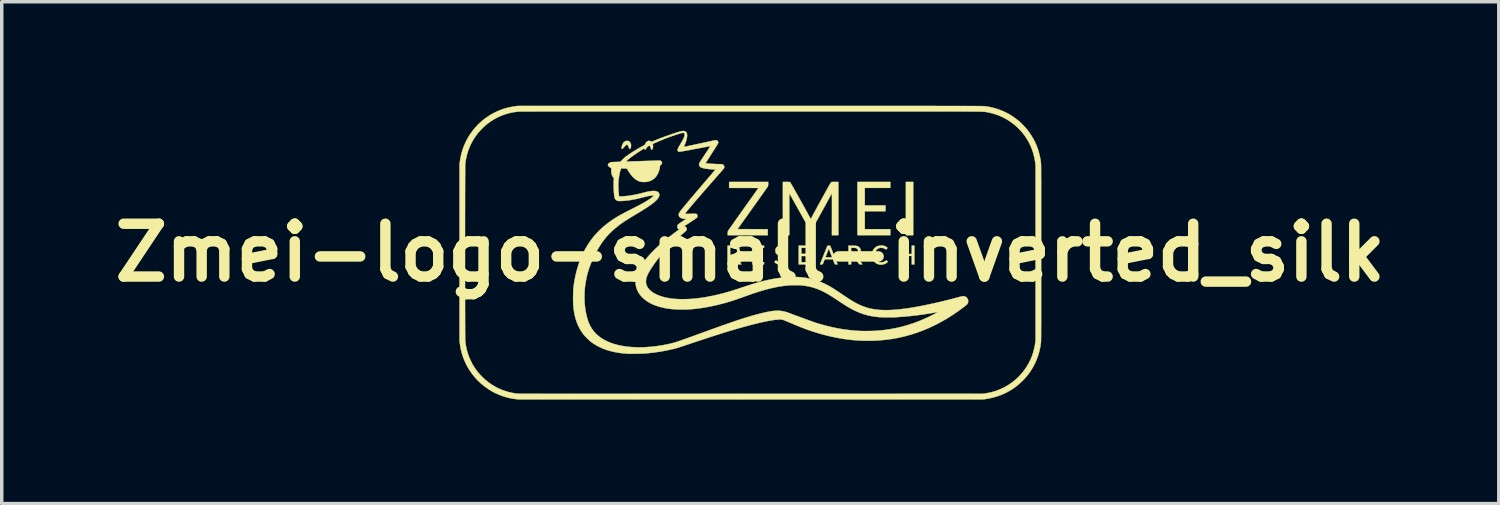
<source format=kicad_pcb>
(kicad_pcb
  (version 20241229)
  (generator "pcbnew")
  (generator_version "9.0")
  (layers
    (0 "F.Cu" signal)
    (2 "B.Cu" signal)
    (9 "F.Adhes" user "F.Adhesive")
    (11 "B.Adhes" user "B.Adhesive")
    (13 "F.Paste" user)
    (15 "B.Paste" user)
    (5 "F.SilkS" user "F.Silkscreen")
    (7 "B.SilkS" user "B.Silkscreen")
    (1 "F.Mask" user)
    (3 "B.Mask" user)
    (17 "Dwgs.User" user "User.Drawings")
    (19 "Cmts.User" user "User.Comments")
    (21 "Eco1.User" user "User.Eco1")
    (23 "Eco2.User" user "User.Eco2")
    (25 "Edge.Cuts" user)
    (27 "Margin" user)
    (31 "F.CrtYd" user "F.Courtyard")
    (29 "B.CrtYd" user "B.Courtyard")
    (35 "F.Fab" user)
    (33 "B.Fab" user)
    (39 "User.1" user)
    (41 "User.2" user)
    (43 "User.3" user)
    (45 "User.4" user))
  (footprint "Zmei-logo-small-inverted_silk"
    (layer "F.Cu")
    (at 18.586 4.236)
    (property "Reference" "Zmei-logo-small-inverted_silk" (at 0 0 0) (layer "F.SilkS") (effects (font (size 1.524 1.524) (thickness 0.3))))
    (attr through_hole)
    (fp_poly (pts (xy 4.699 -0.504) (xy 4.487 -0.504) (xy 4.487 -2.04) (xy 4.699 -2.04) (xy 4.699 -0.504)) (stroke (width 0.01) (type solid)) (fill yes) (layer "F.SilkS"))
    (fp_poly (pts (xy 0.398 -0.14) (xy 0.14 -0.14) (xy 0.14 0.034) (xy 0.347 0.034) (xy 0.347 0.097) (xy 0.14 0.097) (xy 0.14 0.275) (xy 0.398 0.275) (xy 0.398 0.339) (xy 0.064 0.339) (xy 0.064 -0.203) (xy 0.398 -0.203) (xy 0.398 -0.14)) (stroke (width 0.01) (type solid)) (fill yes) (layer "F.SilkS"))
    (fp_poly (pts (xy 1.731 -0.14) (xy 1.473 -0.14) (xy 1.473 0.034) (xy 1.685 0.034) (xy 1.685 0.097) (xy 1.473 0.097) (xy 1.473 0.275) (xy 1.731 0.275) (xy 1.731 0.339) (xy 1.397 0.339) (xy 1.397 -0.203) (xy 1.731 -0.203) (xy 1.731 -0.14)) (stroke (width 0.01) (type solid)) (fill yes) (layer "F.SilkS"))
    (fp_poly (pts (xy 4.039 -1.867) (xy 3.302 -1.867) (xy 3.302 -1.363) (xy 3.899 -1.363) (xy 3.899 -1.194) (xy 3.302 -1.194) (xy 3.302 -0.677) (xy 4.039 -0.677) (xy 4.039 -0.504) (xy 3.09 -0.504) (xy 3.09 -2.04) (xy 4.039 -2.04) (xy 4.039 -1.867)) (stroke (width 0.01) (type solid)) (fill yes) (layer "F.SilkS"))
    (fp_poly (pts (xy 4.369 0.038) (xy 4.657 0.038) (xy 4.657 -0.203) (xy 4.733 -0.203) (xy 4.733 0.339) (xy 4.657 0.339) (xy 4.657 0.093) (xy 4.369 0.093) (xy 4.369 0.339) (xy 4.293 0.339) (xy 4.293 -0.203) (xy 4.369 -0.203) (xy 4.369 0.038)) (stroke (width 0.01) (type solid)) (fill yes) (layer "F.SilkS"))
    (fp_poly (pts (xy -3.538 -3.223) (xy -3.515 -3.219) (xy -3.503 -3.214) (xy -3.48 -3.198) (xy -3.461 -3.175) (xy -3.447 -3.149) (xy -3.446 -3.148) (xy -3.441 -3.127) (xy -3.438 -3.103) (xy -3.438 -3.079) (xy -3.44 -3.055) (xy -3.444 -3.033) (xy -3.451 -3.015) (xy -3.459 -3.001) (xy -3.468 -2.994) (xy -3.473 -2.993) (xy -3.479 -2.993) (xy -3.484 -2.996) (xy -3.488 -3.001) (xy -3.493 -3.01) (xy -3.5 -3.026) (xy -3.507 -3.044) (xy -3.52 -3.073) (xy -3.531 -3.094) (xy -3.54 -3.107) (xy -3.549 -3.115) (xy -3.554 -3.116) (xy -3.563 -3.114) (xy -3.574 -3.108) (xy -3.587 -3.097) (xy -3.604 -3.081) (xy -3.625 -3.059) (xy -3.637 -3.045) (xy -3.657 -3.023) (xy -3.673 -3.007) (xy -3.685 -2.997) (xy -3.695 -2.993) (xy -3.702 -2.994) (xy -3.707 -2.999) (xy -3.708 -3.001) (xy -3.711 -3.013) (xy -3.711 -3.03) (xy -3.708 -3.052) (xy -3.703 -3.076) (xy -3.697 -3.095) (xy -3.682 -3.133) (xy -3.661 -3.167) (xy -3.635 -3.194) (xy -3.606 -3.214) (xy -3.586 -3.221) (xy -3.563 -3.224) (xy -3.538 -3.223)) (stroke (width 0.01) (type solid)) (fill yes) (layer "F.SilkS"))
    (fp_poly (pts (xy 0.516 -1.982) (xy 0.515 -1.958) (xy 0.514 -1.94) (xy 0.512 -1.927) (xy 0.51 -1.917) (xy 0.506 -1.909) (xy 0.505 -1.907) (xy 0.502 -1.902) (xy 0.494 -1.89) (xy 0.481 -1.872) (xy 0.464 -1.849) (xy 0.444 -1.819) (xy 0.42 -1.785) (xy 0.392 -1.746) (xy 0.362 -1.703) (xy 0.328 -1.655) (xy 0.292 -1.605) (xy 0.253 -1.55) (xy 0.213 -1.493) (xy 0.17 -1.433) (xy 0.126 -1.371) (xy 0.081 -1.308) (xy 0.064 -1.285) (xy -0.367 -0.679) (xy 0.068 -0.678) (xy 0.504 -0.677) (xy 0.504 -0.504) (xy -0.653 -0.504) (xy -0.651 -0.556) (xy -0.649 -0.585) (xy -0.647 -0.606) (xy -0.643 -0.622) (xy -0.642 -0.624) (xy -0.639 -0.63) (xy -0.631 -0.641) (xy -0.619 -0.659) (xy -0.602 -0.683) (xy -0.582 -0.712) (xy -0.558 -0.746) (xy -0.531 -0.785) (xy -0.5 -0.829) (xy -0.467 -0.876) (xy -0.431 -0.927) (xy -0.392 -0.982) (xy -0.352 -1.039) (xy -0.309 -1.099) (xy -0.265 -1.161) (xy -0.219 -1.225) (xy -0.199 -1.253) (xy 0.236 -1.865) (xy -0.187 -1.866) (xy -0.61 -1.867) (xy -0.61 -2.04) (xy 0.517 -2.04) (xy 0.516 -1.982)) (stroke (width 0.01) (type solid)) (fill yes) (layer "F.SilkS"))
    (fp_poly (pts (xy 3.808 -0.207) (xy 3.843 -0.201) (xy 3.868 -0.193) (xy 3.894 -0.182) (xy 3.919 -0.168) (xy 3.94 -0.154) (xy 3.943 -0.151) (xy 3.958 -0.138) (xy 3.942 -0.116) (xy 3.933 -0.105) (xy 3.924 -0.097) (xy 3.919 -0.094) (xy 3.912 -0.095) (xy 3.9 -0.1) (xy 3.886 -0.108) (xy 3.883 -0.109) (xy 3.851 -0.126) (xy 3.82 -0.136) (xy 3.786 -0.14) (xy 3.776 -0.14) (xy 3.736 -0.136) (xy 3.699 -0.125) (xy 3.668 -0.107) (xy 3.641 -0.082) (xy 3.619 -0.05) (xy 3.601 -0.012) (xy 3.6 -0.008) (xy 3.595 0.013) (xy 3.592 0.04) (xy 3.591 0.07) (xy 3.593 0.1) (xy 3.596 0.128) (xy 3.602 0.149) (xy 3.619 0.187) (xy 3.641 0.219) (xy 3.669 0.244) (xy 3.701 0.263) (xy 3.737 0.274) (xy 3.776 0.278) (xy 3.807 0.276) (xy 3.837 0.27) (xy 3.861 0.261) (xy 3.884 0.248) (xy 3.896 0.24) (xy 3.908 0.231) (xy 3.918 0.226) (xy 3.923 0.224) (xy 3.93 0.227) (xy 3.94 0.235) (xy 3.95 0.243) (xy 3.968 0.262) (xy 3.95 0.279) (xy 3.919 0.304) (xy 3.886 0.323) (xy 3.85 0.335) (xy 3.808 0.342) (xy 3.804 0.343) (xy 3.787 0.345) (xy 3.773 0.346) (xy 3.765 0.347) (xy 3.763 0.347) (xy 3.758 0.346) (xy 3.747 0.344) (xy 3.733 0.343) (xy 3.733 0.343) (xy 3.687 0.334) (xy 3.646 0.317) (xy 3.61 0.294) (xy 3.579 0.265) (xy 3.553 0.23) (xy 3.533 0.189) (xy 3.519 0.143) (xy 3.513 0.11) (xy 3.511 0.061) (xy 3.516 0.013) (xy 3.526 -0.033) (xy 3.543 -0.075) (xy 3.549 -0.085) (xy 3.564 -0.106) (xy 3.584 -0.129) (xy 3.607 -0.151) (xy 3.63 -0.169) (xy 3.644 -0.177) (xy 3.68 -0.192) (xy 3.722 -0.202) (xy 3.765 -0.207) (xy 3.808 -0.207)) (stroke (width 0.01) (type solid)) (fill yes) (layer "F.SilkS"))
    (fp_poly (pts (xy 2.941 -0.202) (xy 2.978 -0.201) (xy 3.008 -0.2) (xy 3.032 -0.199) (xy 3.052 -0.197) (xy 3.068 -0.194) (xy 3.082 -0.19) (xy 3.095 -0.185) (xy 3.109 -0.179) (xy 3.116 -0.175) (xy 3.138 -0.16) (xy 3.157 -0.14) (xy 3.172 -0.117) (xy 3.176 -0.106) (xy 3.182 -0.08) (xy 3.183 -0.051) (xy 3.181 -0.022) (xy 3.176 0.003) (xy 3.175 0.006) (xy 3.16 0.034) (xy 3.138 0.058) (xy 3.111 0.079) (xy 3.078 0.095) (xy 3.068 0.099) (xy 3.064 0.101) (xy 3.064 0.105) (xy 3.069 0.113) (xy 3.073 0.117) (xy 3.079 0.125) (xy 3.089 0.138) (xy 3.102 0.156) (xy 3.118 0.178) (xy 3.136 0.203) (xy 3.156 0.229) (xy 3.16 0.235) (xy 3.235 0.337) (xy 3.197 0.338) (xy 3.179 0.338) (xy 3.164 0.338) (xy 3.154 0.337) (xy 3.152 0.337) (xy 3.147 0.333) (xy 3.138 0.323) (xy 3.125 0.307) (xy 3.108 0.286) (xy 3.089 0.26) (xy 3.068 0.231) (xy 3.068 0.231) (xy 3.049 0.205) (xy 3.03 0.18) (xy 3.014 0.159) (xy 3.001 0.141) (xy 2.991 0.129) (xy 2.984 0.122) (xy 2.983 0.121) (xy 2.973 0.117) (xy 2.955 0.115) (xy 2.941 0.114) (xy 2.908 0.114) (xy 2.908 0.339) (xy 2.832 0.339) (xy 2.832 -0.14) (xy 2.908 -0.14) (xy 2.908 0.06) (xy 2.964 0.058) (xy 2.994 0.056) (xy 3.018 0.054) (xy 3.035 0.05) (xy 3.039 0.049) (xy 3.066 0.035) (xy 3.087 0.016) (xy 3.102 -0.007) (xy 3.109 -0.034) (xy 3.108 -0.063) (xy 3.107 -0.069) (xy 3.101 -0.086) (xy 3.092 -0.101) (xy 3.084 -0.109) (xy 3.071 -0.12) (xy 3.057 -0.128) (xy 3.039 -0.134) (xy 3.018 -0.138) (xy 2.99 -0.139) (xy 2.965 -0.14) (xy 2.908 -0.14) (xy 2.832 -0.14) (xy 2.832 -0.204) (xy 2.941 -0.202)) (stroke (width 0.01) (type solid)) (fill yes) (layer "F.SilkS"))
    (fp_poly (pts (xy 2.411 0.068) (xy 2.429 0.113) (xy 2.447 0.156) (xy 2.462 0.196) (xy 2.477 0.232) (xy 2.49 0.264) (xy 2.5 0.291) (xy 2.509 0.312) (xy 2.515 0.328) (xy 2.518 0.336) (xy 2.519 0.338) (xy 2.515 0.339) (xy 2.505 0.339) (xy 2.491 0.339) (xy 2.476 0.338) (xy 2.461 0.337) (xy 2.449 0.335) (xy 2.442 0.334) (xy 2.442 0.333) (xy 2.438 0.328) (xy 2.432 0.316) (xy 2.424 0.298) (xy 2.416 0.278) (xy 2.408 0.259) (xy 2.382 0.19) (xy 2.264 0.191) (xy 2.146 0.193) (xy 2.12 0.258) (xy 2.111 0.281) (xy 2.103 0.301) (xy 2.096 0.317) (xy 2.09 0.328) (xy 2.088 0.331) (xy 2.083 0.335) (xy 2.075 0.337) (xy 2.061 0.338) (xy 2.046 0.339) (xy 2.029 0.338) (xy 2.018 0.338) (xy 2.013 0.336) (xy 2.012 0.333) (xy 2.013 0.331) (xy 2.015 0.326) (xy 2.019 0.314) (xy 2.027 0.295) (xy 2.037 0.27) (xy 2.049 0.24) (xy 2.062 0.206) (xy 2.077 0.168) (xy 2.09 0.135) (xy 2.168 0.135) (xy 2.263 0.135) (xy 2.291 0.135) (xy 2.316 0.135) (xy 2.336 0.134) (xy 2.35 0.133) (xy 2.357 0.132) (xy 2.358 0.132) (xy 2.356 0.127) (xy 2.352 0.115) (xy 2.346 0.098) (xy 2.337 0.075) (xy 2.328 0.049) (xy 2.316 0.02) (xy 2.314 0.013) (xy 2.302 -0.017) (xy 2.292 -0.044) (xy 2.283 -0.068) (xy 2.276 -0.087) (xy 2.271 -0.1) (xy 2.269 -0.108) (xy 2.269 -0.108) (xy 2.267 -0.114) (xy 2.265 -0.114) (xy 2.261 -0.111) (xy 2.261 -0.11) (xy 2.259 -0.105) (xy 2.255 -0.094) (xy 2.249 -0.076) (xy 2.241 -0.054) (xy 2.231 -0.029) (xy 2.221 -0.002) (xy 2.21 0.027) (xy 2.199 0.056) (xy 2.188 0.084) (xy 2.178 0.11) (xy 2.176 0.113) (xy 2.168 0.135) (xy 2.09 0.135) (xy 2.094 0.126) (xy 2.112 0.083) (xy 2.12 0.061) (xy 2.225 -0.201) (xy 2.304 -0.201) (xy 2.411 0.068)) (stroke (width 0.01) (type solid)) (fill yes) (layer "F.SilkS"))
    (fp_poly (pts (xy -0.547 -0.202) (xy -0.509 -0.201) (xy -0.478 -0.2) (xy -0.454 -0.199) (xy -0.436 -0.197) (xy -0.422 -0.195) (xy -0.416 -0.194) (xy -0.381 -0.181) (xy -0.353 -0.164) (xy -0.331 -0.143) (xy -0.315 -0.117) (xy -0.314 -0.115) (xy -0.306 -0.091) (xy -0.303 -0.062) (xy -0.303 -0.033) (xy -0.308 -0.005) (xy -0.311 0.003) (xy -0.324 0.029) (xy -0.344 0.054) (xy -0.37 0.075) (xy -0.395 0.089) (xy -0.411 0.097) (xy -0.42 0.102) (xy -0.423 0.106) (xy -0.423 0.109) (xy -0.421 0.11) (xy -0.417 0.114) (xy -0.409 0.125) (xy -0.398 0.14) (xy -0.384 0.158) (xy -0.368 0.18) (xy -0.351 0.203) (xy -0.333 0.227) (xy -0.315 0.251) (xy -0.298 0.274) (xy -0.283 0.294) (xy -0.271 0.312) (xy -0.261 0.326) (xy -0.255 0.334) (xy -0.254 0.336) (xy -0.258 0.337) (xy -0.269 0.338) (xy -0.284 0.339) (xy -0.296 0.339) (xy -0.315 0.338) (xy -0.328 0.338) (xy -0.336 0.336) (xy -0.342 0.333) (xy -0.346 0.329) (xy -0.351 0.323) (xy -0.36 0.312) (xy -0.372 0.295) (xy -0.387 0.274) (xy -0.404 0.251) (xy -0.423 0.225) (xy -0.425 0.222) (xy -0.444 0.197) (xy -0.461 0.174) (xy -0.477 0.153) (xy -0.49 0.137) (xy -0.499 0.126) (xy -0.505 0.12) (xy -0.505 0.12) (xy -0.514 0.117) (xy -0.528 0.115) (xy -0.545 0.114) (xy -0.547 0.114) (xy -0.58 0.114) (xy -0.58 0.339) (xy -0.656 0.339) (xy -0.656 -0.14) (xy -0.58 -0.14) (xy -0.58 0.059) (xy -0.538 0.059) (xy -0.517 0.059) (xy -0.495 0.057) (xy -0.477 0.056) (xy -0.472 0.055) (xy -0.44 0.046) (xy -0.414 0.032) (xy -0.395 0.013) (xy -0.384 -0.011) (xy -0.379 -0.04) (xy -0.379 -0.044) (xy -0.381 -0.071) (xy -0.388 -0.093) (xy -0.401 -0.11) (xy -0.419 -0.123) (xy -0.443 -0.132) (xy -0.475 -0.137) (xy -0.514 -0.14) (xy -0.524 -0.14) (xy -0.58 -0.14) (xy -0.656 -0.14) (xy -0.656 -0.204) (xy -0.547 -0.202)) (stroke (width 0.01) (type solid)) (fill yes) (layer "F.SilkS"))
    (fp_poly (pts (xy 0.922 -0.206) (xy 0.94 -0.204) (xy 0.964 -0.197) (xy 0.988 -0.187) (xy 1.011 -0.175) (xy 1.028 -0.163) (xy 1.041 -0.152) (xy 1.031 -0.131) (xy 1.021 -0.115) (xy 1.012 -0.106) (xy 1.001 -0.104) (xy 0.986 -0.109) (xy 0.975 -0.116) (xy 0.941 -0.133) (xy 0.909 -0.142) (xy 0.879 -0.143) (xy 0.85 -0.137) (xy 0.829 -0.126) (xy 0.811 -0.11) (xy 0.8 -0.09) (xy 0.796 -0.067) (xy 0.796 -0.063) (xy 0.796 -0.048) (xy 0.799 -0.037) (xy 0.805 -0.028) (xy 0.809 -0.023) (xy 0.818 -0.014) (xy 0.828 -0.007) (xy 0.841 0.001) (xy 0.858 0.008) (xy 0.88 0.017) (xy 0.905 0.026) (xy 0.942 0.04) (xy 0.972 0.053) (xy 0.995 0.066) (xy 1.013 0.08) (xy 1.027 0.095) (xy 1.038 0.112) (xy 1.04 0.116) (xy 1.046 0.137) (xy 1.05 0.163) (xy 1.049 0.191) (xy 1.046 0.219) (xy 1.043 0.229) (xy 1.03 0.262) (xy 1.01 0.29) (xy 0.984 0.312) (xy 0.953 0.329) (xy 0.917 0.34) (xy 0.877 0.345) (xy 0.835 0.342) (xy 0.816 0.339) (xy 0.797 0.335) (xy 0.787 0.332) (xy 0.77 0.325) (xy 0.75 0.314) (xy 0.73 0.301) (xy 0.714 0.288) (xy 0.708 0.283) (xy 0.698 0.272) (xy 0.711 0.25) (xy 0.722 0.236) (xy 0.733 0.229) (xy 0.745 0.229) (xy 0.76 0.236) (xy 0.771 0.244) (xy 0.801 0.262) (xy 0.832 0.274) (xy 0.864 0.279) (xy 0.894 0.278) (xy 0.921 0.271) (xy 0.945 0.257) (xy 0.952 0.25) (xy 0.966 0.232) (xy 0.974 0.209) (xy 0.978 0.186) (xy 0.975 0.164) (xy 0.968 0.146) (xy 0.955 0.132) (xy 0.934 0.119) (xy 0.906 0.106) (xy 0.878 0.097) (xy 0.836 0.083) (xy 0.801 0.068) (xy 0.774 0.051) (xy 0.753 0.033) (xy 0.738 0.013) (xy 0.728 -0.011) (xy 0.724 -0.039) (xy 0.723 -0.059) (xy 0.724 -0.08) (xy 0.727 -0.096) (xy 0.732 -0.113) (xy 0.735 -0.118) (xy 0.751 -0.145) (xy 0.773 -0.169) (xy 0.8 -0.187) (xy 0.816 -0.195) (xy 0.838 -0.201) (xy 0.865 -0.205) (xy 0.894 -0.207) (xy 0.922 -0.206)) (stroke (width 0.01) (type solid)) (fill yes) (layer "F.SilkS"))
    (fp_poly (pts (xy 1.056 -2.04) (xy 1.081 -2.04) (xy 1.102 -2.039) (xy 1.119 -2.039) (xy 1.129 -2.038) (xy 1.13 -2.038) (xy 1.142 -2.033) (xy 1.154 -2.024) (xy 1.154 -2.024) (xy 1.158 -2.018) (xy 1.165 -2.006) (xy 1.176 -1.987) (xy 1.191 -1.963) (xy 1.208 -1.933) (xy 1.228 -1.898) (xy 1.25 -1.859) (xy 1.274 -1.817) (xy 1.3 -1.771) (xy 1.327 -1.722) (xy 1.356 -1.672) (xy 1.385 -1.62) (xy 1.415 -1.566) (xy 1.445 -1.513) (xy 1.475 -1.459) (xy 1.505 -1.406) (xy 1.534 -1.353) (xy 1.562 -1.303) (xy 1.589 -1.254) (xy 1.614 -1.208) (xy 1.637 -1.166) (xy 1.659 -1.127) (xy 1.678 -1.092) (xy 1.694 -1.062) (xy 1.707 -1.037) (xy 1.717 -1.018) (xy 1.724 -1.006) (xy 1.726 -1.001) (xy 1.733 -0.984) (xy 1.739 -0.971) (xy 1.743 -0.963) (xy 1.744 -0.961) (xy 1.747 -0.965) (xy 1.751 -0.975) (xy 1.758 -0.989) (xy 1.762 -1) (xy 1.766 -1.009) (xy 1.774 -1.024) (xy 1.785 -1.046) (xy 1.8 -1.074) (xy 1.818 -1.107) (xy 1.839 -1.145) (xy 1.862 -1.188) (xy 1.887 -1.235) (xy 1.915 -1.286) (xy 1.944 -1.34) (xy 1.975 -1.396) (xy 2.007 -1.454) (xy 2.04 -1.515) (xy 2.05 -1.532) (xy 2.089 -1.603) (xy 2.125 -1.667) (xy 2.156 -1.724) (xy 2.184 -1.775) (xy 2.209 -1.82) (xy 2.231 -1.859) (xy 2.25 -1.894) (xy 2.267 -1.923) (xy 2.281 -1.948) (xy 2.293 -1.969) (xy 2.303 -1.986) (xy 2.311 -2) (xy 2.318 -2.01) (xy 2.324 -2.019) (xy 2.328 -2.025) (xy 2.332 -2.029) (xy 2.334 -2.031) (xy 2.337 -2.033) (xy 2.337 -2.033) (xy 2.343 -2.036) (xy 2.35 -2.037) (xy 2.36 -2.039) (xy 2.374 -2.04) (xy 2.393 -2.04) (xy 2.418 -2.04) (xy 2.446 -2.04) (xy 2.54 -2.04) (xy 2.54 -0.504) (xy 2.354 -0.504) (xy 2.355 -1.109) (xy 2.355 -1.18) (xy 2.355 -1.248) (xy 2.355 -1.314) (xy 2.355 -1.376) (xy 2.355 -1.434) (xy 2.355 -1.488) (xy 2.355 -1.538) (xy 2.355 -1.582) (xy 2.354 -1.62) (xy 2.354 -1.653) (xy 2.354 -1.678) (xy 2.354 -1.697) (xy 2.354 -1.708) (xy 2.353 -1.711) (xy 2.351 -1.707) (xy 2.345 -1.696) (xy 2.335 -1.679) (xy 2.322 -1.655) (xy 2.306 -1.626) (xy 2.287 -1.591) (xy 2.265 -1.552) (xy 2.241 -1.508) (xy 2.215 -1.461) (xy 2.187 -1.41) (xy 2.158 -1.356) (xy 2.127 -1.3) (xy 2.095 -1.241) (xy 2.091 -1.234) (xy 2.058 -1.175) (xy 2.027 -1.118) (xy 1.997 -1.063) (xy 1.968 -1.011) (xy 1.941 -0.963) (xy 1.916 -0.918) (xy 1.894 -0.877) (xy 1.873 -0.841) (xy 1.856 -0.81) (xy 1.842 -0.785) (xy 1.83 -0.765) (xy 1.823 -0.752) (xy 1.819 -0.746) (xy 1.819 -0.746) (xy 1.808 -0.736) (xy 1.794 -0.729) (xy 1.776 -0.725) (xy 1.752 -0.724) (xy 1.735 -0.725) (xy 1.715 -0.725) (xy 1.702 -0.727) (xy 1.693 -0.729) (xy 1.686 -0.733) (xy 1.679 -0.739) (xy 1.675 -0.742) (xy 1.671 -0.748) (xy 1.665 -0.757) (xy 1.657 -0.77) (xy 1.647 -0.786) (xy 1.635 -0.807) (xy 1.62 -0.832) (xy 1.603 -0.862) (xy 1.583 -0.897) (xy 1.56 -0.937) (xy 1.534 -0.983) (xy 1.505 -1.036) (xy 1.472 -1.095) (xy 1.435 -1.16) (xy 1.399 -1.226) (xy 1.366 -1.284) (xy 1.334 -1.341) (xy 1.304 -1.396) (xy 1.275 -1.447) (xy 1.248 -1.495) (xy 1.223 -1.54) (xy 1.201 -1.58) (xy 1.181 -1.616) (xy 1.164 -1.646) (xy 1.15 -1.671) (xy 1.139 -1.69) (xy 1.132 -1.703) (xy 1.129 -1.709) (xy 1.129 -1.709) (xy 1.128 -1.709) (xy 1.128 -1.704) (xy 1.127 -1.695) (xy 1.127 -1.682) (xy 1.126 -1.664) (xy 1.126 -1.641) (xy 1.125 -1.612) (xy 1.125 -1.577) (xy 1.125 -1.536) (xy 1.125 -1.489) (xy 1.125 -1.435) (xy 1.125 -1.374) (xy 1.125 -1.305) (xy 1.125 -1.229) (xy 1.125 -1.144) (xy 1.125 -1.111) (xy 1.126 -0.504) (xy 0.94 -0.504) (xy 0.94 -2.04) (xy 1.028 -2.04) (xy 1.056 -2.04)) (stroke (width 0.01) (type solid)) (fill yes) (layer "F.SilkS"))
    (fp_poly (pts (xy 0.567 -4.231) (xy 0.839 -4.231) (xy 1.102 -4.231) (xy 1.357 -4.231) (xy 1.605 -4.231) (xy 1.844 -4.231) (xy 2.077 -4.231) (xy 2.301 -4.231) (xy 2.519 -4.231) (xy 2.729 -4.231) (xy 2.931 -4.231) (xy 3.127 -4.231) (xy 3.317 -4.231) (xy 3.499 -4.231) (xy 3.675 -4.231) (xy 3.844 -4.231) (xy 4.007 -4.231) (xy 4.163 -4.231) (xy 4.314 -4.231) (xy 4.459 -4.231) (xy 4.597 -4.231) (xy 4.73 -4.231) (xy 4.858 -4.231) (xy 4.979 -4.231) (xy 5.096 -4.231) (xy 5.207 -4.231) (xy 5.313 -4.231) (xy 5.414 -4.23) (xy 5.51 -4.23) (xy 5.602 -4.23) (xy 5.688 -4.23) (xy 5.771 -4.23) (xy 5.849 -4.23) (xy 5.922 -4.23) (xy 5.992 -4.23) (xy 6.057 -4.23) (xy 6.119 -4.23) (xy 6.177 -4.23) (xy 6.231 -4.229) (xy 6.281 -4.229) (xy 6.329 -4.229) (xy 6.373 -4.229) (xy 6.414 -4.229) (xy 6.451 -4.229) (xy 6.486 -4.229) (xy 6.518 -4.228) (xy 6.548 -4.228) (xy 6.575 -4.228) (xy 6.599 -4.228) (xy 6.622 -4.228) (xy 6.642 -4.227) (xy 6.66 -4.227) (xy 6.676 -4.227) (xy 6.69 -4.227) (xy 6.703 -4.226) (xy 6.714 -4.226) (xy 6.724 -4.226) (xy 6.733 -4.226) (xy 6.74 -4.225) (xy 6.746 -4.225) (xy 6.751 -4.225) (xy 6.756 -4.225) (xy 6.76 -4.224) (xy 6.763 -4.224) (xy 6.766 -4.224) (xy 6.767 -4.223) (xy 6.894 -4.203) (xy 7.017 -4.175) (xy 7.136 -4.14) (xy 7.251 -4.097) (xy 7.363 -4.047) (xy 7.471 -3.989) (xy 7.576 -3.923) (xy 7.678 -3.849) (xy 7.733 -3.805) (xy 7.769 -3.774) (xy 7.808 -3.738) (xy 7.848 -3.699) (xy 7.887 -3.659) (xy 7.923 -3.621) (xy 7.945 -3.597) (xy 8.024 -3.498) (xy 8.095 -3.396) (xy 8.159 -3.29) (xy 8.216 -3.181) (xy 8.265 -3.067) (xy 8.306 -2.95) (xy 8.339 -2.829) (xy 8.365 -2.705) (xy 8.381 -2.603) (xy 8.381 -2.599) (xy 8.382 -2.594) (xy 8.382 -2.589) (xy 8.383 -2.582) (xy 8.383 -2.575) (xy 8.383 -2.566) (xy 8.384 -2.556) (xy 8.384 -2.545) (xy 8.385 -2.531) (xy 8.385 -2.516) (xy 8.385 -2.498) (xy 8.386 -2.477) (xy 8.386 -2.455) (xy 8.386 -2.429) (xy 8.386 -2.4) (xy 8.387 -2.368) (xy 8.387 -2.332) (xy 8.387 -2.293) (xy 8.387 -2.25) (xy 8.387 -2.203) (xy 8.387 -2.151) (xy 8.388 -2.095) (xy 8.388 -2.034) (xy 8.388 -1.969) (xy 8.388 -1.898) (xy 8.388 -1.822) (xy 8.388 -1.74) (xy 8.388 -1.653) (xy 8.388 -1.56) (xy 8.388 -1.461) (xy 8.388 -1.355) (xy 8.388 -1.243) (xy 8.388 -1.124) (xy 8.388 -0.998) (xy 8.388 -0.865) (xy 8.388 -0.725) (xy 8.388 -0.577) (xy 8.388 -0.421) (xy 8.388 -0.258) (xy 8.388 -0.086) (xy 8.388 0) (xy 8.388 0.176) (xy 8.388 0.343) (xy 8.388 0.503) (xy 8.388 0.654) (xy 8.388 0.798) (xy 8.388 0.935) (xy 8.388 1.064) (xy 8.388 1.186) (xy 8.388 1.302) (xy 8.388 1.41) (xy 8.388 1.513) (xy 8.388 1.609) (xy 8.388 1.699) (xy 8.388 1.783) (xy 8.388 1.862) (xy 8.388 1.935) (xy 8.388 2.003) (xy 8.388 2.066) (xy 8.387 2.125) (xy 8.387 2.178) (xy 8.387 2.228) (xy 8.387 2.273) (xy 8.387 2.314) (xy 8.387 2.351) (xy 8.386 2.385) (xy 8.386 2.415) (xy 8.386 2.442) (xy 8.386 2.467) (xy 8.385 2.488) (xy 8.385 2.507) (xy 8.385 2.524) (xy 8.384 2.538) (xy 8.384 2.551) (xy 8.384 2.562) (xy 8.383 2.571) (xy 8.383 2.579) (xy 8.382 2.586) (xy 8.382 2.592) (xy 8.381 2.597) (xy 8.381 2.601) (xy 8.381 2.603) (xy 8.361 2.73) (xy 8.333 2.854) (xy 8.298 2.974) (xy 8.255 3.091) (xy 8.205 3.203) (xy 8.147 3.312) (xy 8.083 3.416) (xy 8.011 3.516) (xy 7.932 3.611) (xy 7.847 3.701) (xy 7.755 3.786) (xy 7.656 3.866) (xy 7.647 3.873) (xy 7.547 3.943) (xy 7.443 4.005) (xy 7.336 4.06) (xy 7.224 4.108) (xy 7.108 4.148) (xy 6.988 4.182) (xy 6.862 4.209) (xy 6.784 4.222) (xy 6.72 4.231) (xy 0.023 4.231) (xy -0.215 4.231) (xy -0.451 4.232) (xy -0.685 4.232) (xy -0.917 4.232) (xy -1.146 4.232) (xy -1.373 4.232) (xy -1.597 4.232) (xy -1.818 4.232) (xy -2.037 4.232) (xy -2.252 4.232) (xy -2.463 4.232) (xy -2.672 4.232) (xy -2.876 4.232) (xy -3.077 4.232) (xy -3.275 4.232) (xy -3.468 4.231) (xy -3.657 4.231) (xy -3.841 4.231) (xy -4.022 4.231) (xy -4.197 4.231) (xy -4.368 4.231) (xy -4.535 4.231) (xy -4.696 4.231) (xy -4.852 4.231) (xy -5.002 4.231) (xy -5.148 4.231) (xy -5.287 4.231) (xy -5.421 4.231) (xy -5.549 4.231) (xy -5.671 4.231) (xy -5.787 4.231) (xy -5.897 4.231) (xy -6 4.231) (xy -6.097 4.231) (xy -6.186 4.231) (xy -6.269 4.231) (xy -6.345 4.231) (xy -6.414 4.231) (xy -6.476 4.231) (xy -6.53 4.231) (xy -6.576 4.231) (xy -6.615 4.231) (xy -6.646 4.231) (xy -6.669 4.231) (xy -6.684 4.231) (xy -6.69 4.23) (xy -6.691 4.23) (xy -6.816 4.216) (xy -6.936 4.194) (xy -7.053 4.165) (xy -7.166 4.128) (xy -7.277 4.084) (xy -7.352 4.05) (xy -7.39 4.031) (xy -7.422 4.014) (xy -7.451 3.998) (xy -7.479 3.982) (xy -7.507 3.965) (xy -7.539 3.945) (xy -7.567 3.926) (xy -7.668 3.854) (xy -7.764 3.776) (xy -7.854 3.691) (xy -7.938 3.6) (xy -8.016 3.504) (xy -8.079 3.414) (xy -8.102 3.379) (xy -8.122 3.348) (xy -8.139 3.32) (xy -8.155 3.292) (xy -8.17 3.263) (xy -8.187 3.23) (xy -8.203 3.199) (xy -8.247 3.102) (xy -8.285 3.005) (xy -8.317 2.905) (xy -8.343 2.802) (xy -8.364 2.694) (xy -8.374 2.625) (xy -8.384 2.555) (xy -8.384 -0.021) (xy -8.226 -0.021) (xy -8.226 0.107) (xy -8.226 0.236) (xy -8.226 0.363) (xy -8.226 0.49) (xy -8.226 0.616) (xy -8.226 0.741) (xy -8.226 0.863) (xy -8.226 0.984) (xy -8.226 1.102) (xy -8.225 1.218) (xy -8.225 1.331) (xy -8.225 1.441) (xy -8.225 1.548) (xy -8.225 1.651) (xy -8.224 1.749) (xy -8.224 1.844) (xy -8.224 1.933) (xy -8.224 2.018) (xy -8.223 2.098) (xy -8.223 2.172) (xy -8.223 2.241) (xy -8.222 2.303) (xy -8.222 2.36) (xy -8.221 2.409) (xy -8.221 2.452) (xy -8.221 2.487) (xy -8.22 2.515) (xy -8.22 2.535) (xy -8.219 2.547) (xy -8.219 2.549) (xy -8.203 2.668) (xy -8.18 2.785) (xy -8.148 2.899) (xy -8.109 3.01) (xy -8.061 3.119) (xy -8.006 3.224) (xy -7.942 3.326) (xy -7.936 3.335) (xy -7.891 3.399) (xy -7.842 3.46) (xy -7.789 3.52) (xy -7.732 3.579) (xy -7.646 3.661) (xy -7.556 3.734) (xy -7.463 3.8) (xy -7.365 3.86) (xy -7.262 3.913) (xy -7.19 3.945) (xy -7.088 3.983) (xy -6.982 4.016) (xy -6.873 4.041) (xy -6.763 4.06) (xy -6.708 4.066) (xy -6.704 4.066) (xy -6.698 4.066) (xy -6.689 4.067) (xy -6.678 4.067) (xy -6.664 4.067) (xy -6.646 4.067) (xy -6.626 4.068) (xy -6.603 4.068) (xy -6.576 4.068) (xy -6.547 4.068) (xy -6.513 4.068) (xy -6.476 4.068) (xy -6.436 4.069) (xy -6.391 4.069) (xy -6.343 4.069) (xy -6.29 4.069) (xy -6.234 4.069) (xy -6.173 4.069) (xy -6.108 4.069) (xy -6.038 4.07) (xy -5.964 4.07) (xy -5.885 4.07) (xy -5.801 4.07) (xy -5.713 4.07) (xy -5.619 4.07) (xy -5.52 4.07) (xy -5.416 4.07) (xy -5.306 4.07) (xy -5.191 4.07) (xy -5.071 4.071) (xy -4.945 4.071) (xy -4.813 4.071) (xy -4.675 4.071) (xy -4.531 4.071) (xy -4.38 4.071) (xy -4.224 4.071) (xy -4.061 4.071) (xy -3.892 4.071) (xy -3.716 4.071) (xy -3.533 4.071) (xy -3.344 4.071) (xy -3.148 4.071) (xy -2.944 4.071) (xy -2.734 4.071) (xy -2.516 4.071) (xy -2.291 4.071) (xy -2.058 4.071) (xy -1.818 4.071) (xy -1.57 4.071) (xy -1.314 4.071) (xy -1.05 4.071) (xy -0.779 4.071) (xy -0.499 4.071) (xy -0.211 4.071) (xy 0.023 4.071) (xy 6.699 4.07) (xy 6.763 4.061) (xy 6.845 4.047) (xy 6.921 4.032) (xy 6.993 4.014) (xy 7.063 3.993) (xy 7.134 3.968) (xy 7.167 3.955) (xy 7.275 3.908) (xy 7.38 3.853) (xy 7.48 3.791) (xy 7.575 3.723) (xy 7.665 3.648) (xy 7.75 3.567) (xy 7.829 3.481) (xy 7.902 3.388) (xy 7.969 3.291) (xy 8.029 3.188) (xy 8.041 3.165) (xy 8.088 3.068) (xy 8.128 2.97) (xy 8.161 2.869) (xy 8.188 2.764) (xy 8.21 2.655) (xy 8.218 2.599) (xy 8.227 2.529) (xy 8.227 -2.529) (xy 8.218 -2.599) (xy 8.197 -2.721) (xy 8.169 -2.838) (xy 8.134 -2.952) (xy 8.091 -3.061) (xy 8.041 -3.167) (xy 7.983 -3.269) (xy 7.918 -3.367) (xy 7.844 -3.462) (xy 7.835 -3.473) (xy 7.757 -3.56) (xy 7.674 -3.641) (xy 7.584 -3.715) (xy 7.49 -3.784) (xy 7.392 -3.846) (xy 7.289 -3.901) (xy 7.183 -3.949) (xy 7.074 -3.989) (xy 6.963 -4.022) (xy 6.85 -4.047) (xy 6.824 -4.051) (xy 6.819 -4.052) (xy 6.814 -4.053) (xy 6.81 -4.054) (xy 6.806 -4.055) (xy 6.802 -4.056) (xy 6.798 -4.056) (xy 6.795 -4.057) (xy 6.791 -4.058) (xy 6.787 -4.059) (xy 6.782 -4.059) (xy 6.777 -4.06) (xy 6.772 -4.061) (xy 6.765 -4.061) (xy 6.758 -4.062) (xy 6.749 -4.062) (xy 6.74 -4.063) (xy 6.729 -4.063) (xy 6.717 -4.064) (xy 6.703 -4.064) (xy 6.687 -4.065) (xy 6.67 -4.065) (xy 6.651 -4.066) (xy 6.63 -4.066) (xy 6.607 -4.067) (xy 6.581 -4.067) (xy 6.553 -4.067) (xy 6.523 -4.068) (xy 6.489 -4.068) (xy 6.454 -4.068) (xy 6.415 -4.069) (xy 6.373 -4.069) (xy 6.328 -4.069) (xy 6.28 -4.07) (xy 6.228 -4.07) (xy 6.173 -4.07) (xy 6.114 -4.07) (xy 6.052 -4.07) (xy 5.985 -4.071) (xy 5.915 -4.071) (xy 5.84 -4.071) (xy 5.762 -4.071) (xy 5.678 -4.071) (xy 5.591 -4.071) (xy 5.498 -4.072) (xy 5.401 -4.072) (xy 5.299 -4.072) (xy 5.192 -4.072) (xy 5.08 -4.072) (xy 4.963 -4.072) (xy 4.84 -4.072) (xy 4.712 -4.072) (xy 4.578 -4.072) (xy 4.438 -4.072) (xy 4.293 -4.072) (xy 4.141 -4.072) (xy 3.984 -4.072) (xy 3.82 -4.072) (xy 3.649 -4.072) (xy 3.473 -4.072) (xy 3.289 -4.072) (xy 3.099 -4.072) (xy 2.902 -4.072) (xy 2.698 -4.072) (xy 2.487 -4.072) (xy 2.269 -4.072) (xy 2.043 -4.072) (xy 1.81 -4.072) (xy 1.569 -4.072) (xy 1.32 -4.072) (xy 1.064 -4.072) (xy 0.8 -4.072) (xy 0.527 -4.072) (xy 0.246 -4.072) (xy 0.002 -4.072) (xy -0.287 -4.072) (xy -0.568 -4.072) (xy -0.84 -4.072) (xy -1.105 -4.072) (xy -1.361 -4.072) (xy -1.61 -4.072) (xy -1.851 -4.072) (xy -2.084 -4.072) (xy -2.31 -4.072) (xy -2.529 -4.072) (xy -2.74 -4.072) (xy -2.944 -4.072) (xy -3.141 -4.072) (xy -3.331 -4.072) (xy -3.514 -4.072) (xy -3.691 -4.072) (xy -3.861 -4.072) (xy -4.024 -4.072) (xy -4.182 -4.072) (xy -4.333 -4.072) (xy -4.478 -4.072) (xy -4.618 -4.072) (xy -4.751 -4.072) (xy -4.879 -4.072) (xy -5.001 -4.072) (xy -5.118 -4.072) (xy -5.229 -4.072) (xy -5.335 -4.072) (xy -5.436 -4.071) (xy -5.532 -4.071) (xy -5.623 -4.071) (xy -5.71 -4.071) (xy -5.792 -4.071) (xy -5.869 -4.071) (xy -5.942 -4.071) (xy -6.011 -4.071) (xy -6.076 -4.071) (xy -6.137 -4.071) (xy -6.193 -4.07) (xy -6.247 -4.07) (xy -6.296 -4.07) (xy -6.342 -4.07) (xy -6.384 -4.07) (xy -6.423 -4.07) (xy -6.46 -4.069) (xy -6.493 -4.069) (xy -6.523 -4.069) (xy -6.55 -4.069) (xy -6.574 -4.069) (xy -6.597 -4.069) (xy -6.616 -4.068) (xy -6.633 -4.068) (xy -6.649 -4.068) (xy -6.662 -4.068) (xy -6.673 -4.067) (xy -6.682 -4.067) (xy -6.689 -4.067) (xy -6.695 -4.067) (xy -6.7 -4.066) (xy -6.702 -4.066) (xy -6.815 -4.052) (xy -6.926 -4.03) (xy -6.961 -4.021) (xy -7.075 -3.988) (xy -7.185 -3.947) (xy -7.292 -3.898) (xy -7.396 -3.842) (xy -7.497 -3.777) (xy -7.594 -3.705) (xy -7.6 -3.701) (xy -7.63 -3.675) (xy -7.664 -3.645) (xy -7.7 -3.611) (xy -7.737 -3.574) (xy -7.773 -3.538) (xy -7.806 -3.502) (xy -7.836 -3.469) (xy -7.854 -3.447) (xy -7.927 -3.349) (xy -7.992 -3.248) (xy -8.049 -3.143) (xy -8.098 -3.036) (xy -8.14 -2.926) (xy -8.173 -2.812) (xy -8.199 -2.696) (xy -8.216 -2.578) (xy -8.219 -2.549) (xy -8.22 -2.54) (xy -8.22 -2.522) (xy -8.22 -2.497) (xy -8.221 -2.464) (xy -8.221 -2.424) (xy -8.222 -2.377) (xy -8.222 -2.323) (xy -8.222 -2.262) (xy -8.223 -2.196) (xy -8.223 -2.123) (xy -8.223 -2.045) (xy -8.224 -1.962) (xy -8.224 -1.874) (xy -8.224 -1.781) (xy -8.225 -1.684) (xy -8.225 -1.582) (xy -8.225 -1.477) (xy -8.225 -1.368) (xy -8.225 -1.256) (xy -8.226 -1.141) (xy -8.226 -1.023) (xy -8.226 -0.903) (xy -8.226 -0.781) (xy -8.226 -0.657) (xy -8.226 -0.532) (xy -8.226 -0.405) (xy -8.226 -0.278) (xy -8.226 -0.15) (xy -8.226 -0.021) (xy -8.384 -0.021) (xy -8.384 -2.555) (xy -8.374 -2.625) (xy -8.356 -2.737) (xy -8.333 -2.843) (xy -8.305 -2.944) (xy -8.271 -3.043) (xy -8.23 -3.14) (xy -8.203 -3.199) (xy -8.184 -3.237) (xy -8.167 -3.269) (xy -8.151 -3.298) (xy -8.135 -3.326) (xy -8.118 -3.354) (xy -8.098 -3.386) (xy -8.079 -3.414) (xy -8.007 -3.515) (xy -7.928 -3.611) (xy -7.844 -3.701) (xy -7.753 -3.785) (xy -7.657 -3.863) (xy -7.567 -3.926) (xy -7.532 -3.949) (xy -7.501 -3.969) (xy -7.473 -3.986) (xy -7.445 -4.002) (xy -7.416 -4.017) (xy -7.382 -4.034) (xy -7.352 -4.05) (xy -7.255 -4.094) (xy -7.158 -4.132) (xy -7.058 -4.164) (xy -6.955 -4.19) (xy -6.847 -4.211) (xy -6.778 -4.222) (xy -6.708 -4.231) (xy 0.288 -4.231) (xy 0.567 -4.231)) (stroke (width 0.01) (type solid)) (fill yes) (layer "F.SilkS"))
    (fp_poly (pts (xy -1.904 -3.507) (xy -1.887 -3.503) (xy -1.866 -3.492) (xy -1.847 -3.474) (xy -1.833 -3.452) (xy -1.827 -3.437) (xy -1.822 -3.407) (xy -1.821 -3.372) (xy -1.825 -3.331) (xy -1.833 -3.285) (xy -1.845 -3.236) (xy -1.862 -3.185) (xy -1.882 -3.131) (xy -1.896 -3.099) (xy -1.904 -3.081) (xy -1.911 -3.065) (xy -1.915 -3.054) (xy -1.916 -3.049) (xy -1.916 -3.049) (xy -1.912 -3.05) (xy -1.9 -3.052) (xy -1.881 -3.056) (xy -1.855 -3.062) (xy -1.823 -3.068) (xy -1.786 -3.076) (xy -1.743 -3.085) (xy -1.697 -3.095) (xy -1.646 -3.106) (xy -1.592 -3.118) (xy -1.535 -3.13) (xy -1.492 -3.139) (xy -1.432 -3.152) (xy -1.375 -3.164) (xy -1.32 -3.176) (xy -1.267 -3.188) (xy -1.219 -3.198) (xy -1.174 -3.208) (xy -1.134 -3.216) (xy -1.1 -3.224) (xy -1.072 -3.23) (xy -1.05 -3.235) (xy -1.036 -3.238) (xy -1.031 -3.239) (xy -1.004 -3.243) (xy -0.983 -3.244) (xy -0.967 -3.24) (xy -0.952 -3.231) (xy -0.942 -3.221) (xy -0.929 -3.201) (xy -0.923 -3.179) (xy -0.926 -3.158) (xy -0.929 -3.152) (xy -0.936 -3.14) (xy -0.947 -3.122) (xy -0.961 -3.098) (xy -0.979 -3.069) (xy -0.999 -3.036) (xy -1.022 -3) (xy -1.047 -2.961) (xy -1.074 -2.919) (xy -1.102 -2.875) (xy -1.108 -2.865) (xy -1.136 -2.821) (xy -1.163 -2.779) (xy -1.188 -2.739) (xy -1.211 -2.703) (xy -1.232 -2.671) (xy -1.25 -2.643) (xy -1.265 -2.619) (xy -1.276 -2.601) (xy -1.283 -2.589) (xy -1.287 -2.583) (xy -1.287 -2.583) (xy -1.283 -2.58) (xy -1.271 -2.578) (xy -1.253 -2.575) (xy -1.229 -2.572) (xy -1.2 -2.57) (xy -1.166 -2.567) (xy -1.13 -2.564) (xy -1.092 -2.562) (xy -1.052 -2.559) (xy -1.011 -2.557) (xy -0.971 -2.555) (xy -0.932 -2.554) (xy -0.895 -2.553) (xy -0.862 -2.553) (xy -0.855 -2.553) (xy -0.826 -2.552) (xy -0.803 -2.548) (xy -0.786 -2.541) (xy -0.772 -2.53) (xy -0.763 -2.518) (xy -0.754 -2.498) (xy -0.75 -2.475) (xy -0.751 -2.453) (xy -0.756 -2.437) (xy -0.76 -2.431) (xy -0.77 -2.42) (xy -0.784 -2.403) (xy -0.802 -2.382) (xy -0.823 -2.357) (xy -0.848 -2.328) (xy -0.875 -2.297) (xy -0.904 -2.264) (xy -0.932 -2.232) (xy -1.009 -2.144) (xy -1.085 -2.058) (xy -1.159 -1.974) (xy -1.229 -1.893) (xy -1.298 -1.815) (xy -1.363 -1.74) (xy -1.425 -1.668) (xy -1.484 -1.6) (xy -1.54 -1.535) (xy -1.592 -1.475) (xy -1.641 -1.418) (xy -1.685 -1.366) (xy -1.725 -1.318) (xy -1.762 -1.275) (xy -1.793 -1.236) (xy -1.821 -1.203) (xy -1.843 -1.175) (xy -1.86 -1.153) (xy -1.873 -1.136) (xy -1.88 -1.126) (xy -1.881 -1.121) (xy -1.878 -1.12) (xy -1.869 -1.119) (xy -1.855 -1.118) (xy -1.835 -1.118) (xy -1.807 -1.119) (xy -1.772 -1.119) (xy -1.759 -1.12) (xy -1.714 -1.121) (xy -1.676 -1.122) (xy -1.645 -1.123) (xy -1.621 -1.123) (xy -1.601 -1.123) (xy -1.587 -1.123) (xy -1.576 -1.123) (xy -1.568 -1.122) (xy -1.562 -1.12) (xy -1.558 -1.119) (xy -1.554 -1.117) (xy -1.55 -1.114) (xy -1.539 -1.104) (xy -1.53 -1.092) (xy -1.529 -1.091) (xy -1.524 -1.073) (xy -1.523 -1.051) (xy -1.526 -1.031) (xy -1.531 -1.02) (xy -1.533 -1.017) (xy -1.535 -1.013) (xy -1.539 -1.01) (xy -1.543 -1.005) (xy -1.55 -1) (xy -1.56 -0.993) (xy -1.572 -0.984) (xy -1.589 -0.973) (xy -1.609 -0.959) (xy -1.634 -0.942) (xy -1.664 -0.923) (xy -1.699 -0.899) (xy -1.741 -0.872) (xy -1.775 -0.849) (xy -1.91 -0.761) (xy -1.891 -0.756) (xy -1.867 -0.746) (xy -1.849 -0.731) (xy -1.838 -0.712) (xy -1.833 -0.686) (xy -1.833 -0.681) (xy -1.835 -0.66) (xy -1.843 -0.643) (xy -1.843 -0.643) (xy -1.848 -0.636) (xy -1.859 -0.625) (xy -1.875 -0.61) (xy -1.895 -0.592) (xy -1.918 -0.572) (xy -1.943 -0.55) (xy -1.96 -0.535) (xy -2.009 -0.493) (xy -2.053 -0.455) (xy -2.093 -0.42) (xy -2.13 -0.387) (xy -2.165 -0.355) (xy -2.2 -0.322) (xy -2.236 -0.287) (xy -2.274 -0.25) (xy -2.283 -0.241) (xy -2.407 -0.115) (xy -2.523 0.012) (xy -2.631 0.14) (xy -2.73 0.269) (xy -2.82 0.398) (xy -2.896 0.516) (xy -2.925 0.568) (xy -2.95 0.614) (xy -2.97 0.657) (xy -2.985 0.698) (xy -2.996 0.737) (xy -3.004 0.773) (xy -3.009 0.825) (xy -3.005 0.876) (xy -2.994 0.925) (xy -2.975 0.972) (xy -2.949 1.017) (xy -2.915 1.059) (xy -2.873 1.1) (xy -2.825 1.137) (xy -2.769 1.173) (xy -2.707 1.205) (xy -2.638 1.234) (xy -2.562 1.261) (xy -2.48 1.284) (xy -2.392 1.303) (xy -2.381 1.305) (xy -2.328 1.315) (xy -2.276 1.323) (xy -2.223 1.329) (xy -2.168 1.334) (xy -2.108 1.337) (xy -2.043 1.34) (xy -2.002 1.341) (xy -1.861 1.34) (xy -1.716 1.334) (xy -1.566 1.321) (xy -1.413 1.302) (xy -1.255 1.277) (xy -1.092 1.245) (xy -0.924 1.207) (xy -0.751 1.163) (xy -0.597 1.12) (xy -0.575 1.113) (xy -0.547 1.104) (xy -0.512 1.093) (xy -0.473 1.081) (xy -0.43 1.067) (xy -0.384 1.052) (xy -0.336 1.036) (xy -0.288 1.02) (xy -0.25 1.008) (xy -0.166 0.98) (xy -0.089 0.954) (xy -0.018 0.932) (xy 0.047 0.911) (xy 0.107 0.892) (xy 0.164 0.876) (xy 0.217 0.86) (xy 0.268 0.846) (xy 0.318 0.833) (xy 0.367 0.821) (xy 0.4 0.813) (xy 0.551 0.779) (xy 0.695 0.751) (xy 0.835 0.73) (xy 0.969 0.714) (xy 1.099 0.704) (xy 1.224 0.7) (xy 1.346 0.702) (xy 1.463 0.709) (xy 1.578 0.723) (xy 1.689 0.742) (xy 1.769 0.76) (xy 1.86 0.785) (xy 1.948 0.813) (xy 2.035 0.847) (xy 2.124 0.886) (xy 2.184 0.915) (xy 2.208 0.927) (xy 2.23 0.938) (xy 2.252 0.949) (xy 2.273 0.961) (xy 2.294 0.973) (xy 2.316 0.986) (xy 2.34 1) (xy 2.365 1.015) (xy 2.392 1.032) (xy 2.423 1.052) (xy 2.456 1.074) (xy 2.494 1.098) (xy 2.536 1.126) (xy 2.583 1.158) (xy 2.635 1.193) (xy 2.693 1.232) (xy 2.758 1.275) (xy 2.76 1.277) (xy 2.847 1.335) (xy 2.931 1.386) (xy 3.01 1.432) (xy 3.086 1.473) (xy 3.159 1.508) (xy 3.231 1.539) (xy 3.302 1.565) (xy 3.373 1.588) (xy 3.431 1.604) (xy 3.513 1.622) (xy 3.597 1.636) (xy 3.685 1.647) (xy 3.777 1.654) (xy 3.874 1.657) (xy 3.976 1.657) (xy 4.084 1.652) (xy 4.198 1.644) (xy 4.319 1.633) (xy 4.35 1.629) (xy 4.449 1.617) (xy 4.556 1.602) (xy 4.669 1.584) (xy 4.789 1.563) (xy 4.914 1.54) (xy 5.043 1.514) (xy 5.177 1.486) (xy 5.314 1.456) (xy 5.455 1.424) (xy 5.597 1.39) (xy 5.741 1.354) (xy 5.886 1.316) (xy 6.021 1.28) (xy 6.053 1.271) (xy 6.079 1.265) (xy 6.099 1.26) (xy 6.115 1.257) (xy 6.127 1.255) (xy 6.137 1.254) (xy 6.147 1.254) (xy 6.152 1.254) (xy 6.185 1.26) (xy 6.215 1.274) (xy 6.242 1.296) (xy 6.248 1.302) (xy 6.267 1.328) (xy 6.279 1.357) (xy 6.284 1.389) (xy 6.284 1.397) (xy 6.283 1.419) (xy 6.28 1.438) (xy 6.274 1.456) (xy 6.265 1.473) (xy 6.251 1.49) (xy 6.232 1.508) (xy 6.207 1.529) (xy 6.178 1.553) (xy 6.011 1.676) (xy 5.843 1.792) (xy 5.674 1.899) (xy 5.502 1.997) (xy 5.33 2.088) (xy 5.155 2.17) (xy 4.978 2.244) (xy 4.8 2.31) (xy 4.62 2.367) (xy 4.438 2.417) (xy 4.254 2.458) (xy 4.068 2.491) (xy 3.943 2.508) (xy 3.766 2.526) (xy 3.585 2.537) (xy 3.402 2.541) (xy 3.218 2.538) (xy 3.033 2.527) (xy 3.004 2.525) (xy 2.841 2.508) (xy 2.674 2.485) (xy 2.504 2.455) (xy 2.332 2.42) (xy 2.159 2.378) (xy 1.987 2.331) (xy 1.815 2.278) (xy 1.746 2.255) (xy 1.685 2.234) (xy 1.625 2.212) (xy 1.565 2.191) (xy 1.505 2.167) (xy 1.441 2.143) (xy 1.375 2.116) (xy 1.304 2.087) (xy 1.227 2.055) (xy 1.154 2.024) (xy 1.107 2.004) (xy 1.067 1.987) (xy 1.034 1.973) (xy 1.006 1.961) (xy 0.983 1.952) (xy 0.963 1.944) (xy 0.947 1.939) (xy 0.934 1.935) (xy 0.922 1.932) (xy 0.912 1.93) (xy 0.901 1.929) (xy 0.89 1.928) (xy 0.878 1.927) (xy 0.838 1.927) (xy 0.79 1.93) (xy 0.734 1.935) (xy 0.672 1.943) (xy 0.602 1.954) (xy 0.527 1.967) (xy 0.445 1.984) (xy 0.357 2.002) (xy 0.264 2.023) (xy 0.165 2.047) (xy 0.062 2.073) (xy -0.046 2.101) (xy -0.119 2.121) (xy -0.2 2.143) (xy -0.28 2.166) (xy -0.36 2.188) (xy -0.439 2.211) (xy -0.519 2.235) (xy -0.601 2.259) (xy -0.684 2.284) (xy -0.769 2.31) (xy -0.857 2.338) (xy -0.949 2.367) (xy -1.045 2.398) (xy -1.145 2.43) (xy -1.251 2.465) (xy -1.363 2.502) (xy -1.481 2.541) (xy -1.606 2.582) (xy -1.698 2.613) (xy -1.767 2.636) (xy -1.829 2.657) (xy -1.885 2.676) (xy -1.934 2.692) (xy -1.977 2.706) (xy -2.015 2.719) (xy -2.049 2.729) (xy -2.079 2.739) (xy -2.106 2.747) (xy -2.13 2.754) (xy -2.152 2.76) (xy -2.172 2.766) (xy -2.192 2.771) (xy -2.211 2.776) (xy -2.212 2.776) (xy -2.396 2.817) (xy -2.584 2.852) (xy -2.778 2.88) (xy -2.977 2.902) (xy -3.035 2.907) (xy -3.055 2.908) (xy -3.082 2.909) (xy -3.115 2.91) (xy -3.153 2.911) (xy -3.194 2.912) (xy -3.237 2.913) (xy -3.282 2.914) (xy -3.327 2.915) (xy -3.37 2.915) (xy -3.411 2.915) (xy -3.449 2.916) (xy -3.483 2.915) (xy -3.51 2.915) (xy -3.531 2.914) (xy -3.537 2.914) (xy -3.67 2.903) (xy -3.797 2.887) (xy -3.918 2.865) (xy -4.033 2.838) (xy -4.142 2.806) (xy -4.245 2.768) (xy -4.344 2.724) (xy -4.437 2.675) (xy -4.526 2.62) (xy -4.602 2.565) (xy -4.623 2.548) (xy -4.648 2.525) (xy -4.676 2.499) (xy -4.705 2.471) (xy -4.734 2.441) (xy -4.762 2.412) (xy -4.786 2.385) (xy -4.806 2.361) (xy -4.815 2.35) (xy -4.872 2.269) (xy -4.923 2.184) (xy -4.968 2.094) (xy -5.006 2.001) (xy -5.038 1.903) (xy -5.064 1.799) (xy -5.084 1.69) (xy -5.099 1.576) (xy -5.106 1.484) (xy -5.107 1.454) (xy -5.108 1.418) (xy -5.109 1.377) (xy -5.109 1.332) (xy -5.109 1.285) (xy -5.108 1.273) (xy -4.781 1.273) (xy -4.781 1.32) (xy -4.78 1.366) (xy -4.779 1.407) (xy -4.777 1.443) (xy -4.776 1.467) (xy -4.763 1.584) (xy -4.747 1.693) (xy -4.726 1.795) (xy -4.702 1.889) (xy -4.675 1.976) (xy -4.643 2.055) (xy -4.608 2.127) (xy -4.603 2.135) (xy -4.556 2.21) (xy -4.502 2.281) (xy -4.441 2.346) (xy -4.373 2.406) (xy -4.299 2.461) (xy -4.218 2.511) (xy -4.13 2.556) (xy -4.036 2.596) (xy -3.935 2.631) (xy -3.828 2.66) (xy -3.826 2.661) (xy -3.768 2.674) (xy -3.712 2.685) (xy -3.655 2.695) (xy -3.597 2.704) (xy -3.536 2.711) (xy -3.47 2.718) (xy -3.399 2.723) (xy -3.334 2.728) (xy -3.313 2.729) (xy -3.285 2.729) (xy -3.252 2.73) (xy -3.216 2.73) (xy -3.177 2.73) (xy -3.139 2.729) (xy -3.102 2.729) (xy -3.068 2.728) (xy -3.039 2.727) (xy -3.029 2.726) (xy -2.859 2.714) (xy -2.689 2.694) (xy -2.521 2.668) (xy -2.357 2.635) (xy -2.273 2.616) (xy -2.254 2.611) (xy -2.234 2.606) (xy -2.215 2.6) (xy -2.195 2.595) (xy -2.174 2.589) (xy -2.152 2.582) (xy -2.128 2.574) (xy -2.102 2.566) (xy -2.073 2.556) (xy -2.041 2.545) (xy -2.005 2.533) (xy -1.966 2.519) (xy -1.922 2.504) (xy -1.873 2.487) (xy -1.819 2.467) (xy -1.76 2.446) (xy -1.694 2.422) (xy -1.622 2.396) (xy -1.543 2.367) (xy -1.456 2.335) (xy -1.431 2.326) (xy -1.297 2.278) (xy -1.171 2.232) (xy -1.052 2.189) (xy -0.94 2.149) (xy -0.834 2.111) (xy -0.734 2.076) (xy -0.639 2.043) (xy -0.55 2.012) (xy -0.466 1.983) (xy -0.386 1.956) (xy -0.31 1.931) (xy -0.238 1.908) (xy -0.169 1.886) (xy -0.102 1.865) (xy -0.039 1.846) (xy 0.023 1.828) (xy 0.083 1.811) (xy 0.141 1.794) (xy 0.199 1.779) (xy 0.256 1.764) (xy 0.313 1.75) (xy 0.32 1.748) (xy 0.403 1.728) (xy 0.48 1.711) (xy 0.55 1.698) (xy 0.615 1.687) (xy 0.675 1.68) (xy 0.731 1.676) (xy 0.783 1.675) (xy 0.832 1.676) (xy 0.88 1.68) (xy 0.895 1.682) (xy 0.934 1.688) (xy 0.968 1.695) (xy 1.001 1.702) (xy 1.034 1.711) (xy 1.068 1.722) (xy 1.105 1.735) (xy 1.148 1.752) (xy 1.163 1.757) (xy 1.194 1.769) (xy 1.229 1.783) (xy 1.266 1.797) (xy 1.3 1.809) (xy 1.316 1.814) (xy 1.336 1.822) (xy 1.364 1.832) (xy 1.396 1.843) (xy 1.433 1.857) (xy 1.473 1.871) (xy 1.514 1.886) (xy 1.555 1.902) (xy 1.576 1.91) (xy 1.661 1.941) (xy 1.74 1.969) (xy 1.811 1.995) (xy 1.877 2.017) (xy 1.938 2.037) (xy 1.994 2.054) (xy 2.032 2.065) (xy 2.204 2.112) (xy 2.373 2.152) (xy 2.539 2.186) (xy 2.704 2.213) (xy 2.869 2.234) (xy 3.035 2.25) (xy 3.141 2.257) (xy 3.174 2.258) (xy 3.215 2.259) (xy 3.26 2.26) (xy 3.31 2.26) (xy 3.362 2.26) (xy 3.415 2.259) (xy 3.468 2.259) (xy 3.519 2.257) (xy 3.567 2.256) (xy 3.61 2.254) (xy 3.648 2.252) (xy 3.677 2.25) (xy 3.859 2.231) (xy 4.038 2.205) (xy 4.212 2.172) (xy 4.384 2.132) (xy 4.553 2.084) (xy 4.721 2.029) (xy 4.887 1.966) (xy 5.054 1.894) (xy 5.135 1.857) (xy 5.156 1.847) (xy 5.181 1.835) (xy 5.208 1.821) (xy 5.237 1.806) (xy 5.266 1.791) (xy 5.295 1.776) (xy 5.323 1.762) (xy 5.349 1.748) (xy 5.372 1.736) (xy 5.39 1.726) (xy 5.404 1.718) (xy 5.412 1.713) (xy 5.413 1.712) (xy 5.409 1.712) (xy 5.398 1.714) (xy 5.382 1.717) (xy 5.368 1.719) (xy 5.175 1.753) (xy 4.982 1.782) (xy 4.791 1.808) (xy 4.603 1.829) (xy 4.419 1.846) (xy 4.239 1.859) (xy 4.153 1.863) (xy 4.108 1.865) (xy 4.058 1.866) (xy 4.005 1.866) (xy 3.95 1.866) (xy 3.895 1.865) (xy 3.842 1.864) (xy 3.791 1.862) (xy 3.745 1.86) (xy 3.705 1.858) (xy 3.691 1.856) (xy 3.581 1.844) (xy 3.475 1.826) (xy 3.371 1.803) (xy 3.27 1.774) (xy 3.17 1.739) (xy 3.071 1.698) (xy 2.97 1.65) (xy 2.867 1.594) (xy 2.804 1.557) (xy 2.782 1.544) (xy 2.756 1.527) (xy 2.724 1.507) (xy 2.69 1.485) (xy 2.653 1.461) (xy 2.616 1.437) (xy 2.579 1.413) (xy 2.565 1.404) (xy 2.53 1.38) (xy 2.494 1.357) (xy 2.459 1.334) (xy 2.426 1.312) (xy 2.396 1.293) (xy 2.371 1.276) (xy 2.351 1.263) (xy 2.344 1.259) (xy 2.25 1.201) (xy 2.159 1.15) (xy 2.071 1.106) (xy 1.984 1.067) (xy 1.899 1.034) (xy 1.813 1.006) (xy 1.725 0.983) (xy 1.635 0.965) (xy 1.542 0.95) (xy 1.502 0.945) (xy 1.471 0.943) (xy 1.433 0.94) (xy 1.389 0.939) (xy 1.342 0.938) (xy 1.293 0.938) (xy 1.244 0.938) (xy 1.196 0.939) (xy 1.151 0.941) (xy 1.11 0.943) (xy 1.079 0.945) (xy 0.982 0.956) (xy 0.884 0.97) (xy 0.785 0.987) (xy 0.684 1.008) (xy 0.58 1.031) (xy 0.473 1.058) (xy 0.362 1.089) (xy 0.247 1.124) (xy 0.126 1.163) (xy -0.00012 1.206) (xy -0.133 1.253) (xy -0.161 1.264) (xy -0.275 1.305) (xy -0.382 1.342) (xy -0.485 1.376) (xy -0.584 1.408) (xy -0.681 1.437) (xy -0.777 1.464) (xy -0.797 1.469) (xy -0.966 1.511) (xy -1.132 1.548) (xy -1.293 1.579) (xy -1.451 1.603) (xy -1.605 1.622) (xy -1.754 1.634) (xy -1.898 1.641) (xy -2.038 1.641) (xy -2.172 1.635) (xy -2.301 1.623) (xy -2.425 1.605) (xy -2.472 1.596) (xy -2.577 1.572) (xy -2.674 1.544) (xy -2.764 1.512) (xy -2.847 1.476) (xy -2.924 1.435) (xy -2.995 1.389) (xy -3.061 1.339) (xy -3.114 1.289) (xy -3.166 1.232) (xy -3.21 1.173) (xy -3.245 1.111) (xy -3.273 1.046) (xy -3.293 0.979) (xy -3.306 0.909) (xy -3.309 0.861) (xy -3.308 0.788) (xy -3.299 0.715) (xy -3.281 0.641) (xy -3.255 0.566) (xy -3.22 0.492) (xy -3.179 0.419) (xy -3.12 0.33) (xy -3.054 0.24) (xy -2.982 0.151) (xy -2.903 0.06) (xy -2.817 -0.031) (xy -2.724 -0.123) (xy -2.623 -0.216) (xy -2.514 -0.31) (xy -2.398 -0.407) (xy -2.358 -0.438) (xy -2.334 -0.457) (xy -2.306 -0.479) (xy -2.275 -0.502) (xy -2.243 -0.527) (xy -2.209 -0.552) (xy -2.177 -0.576) (xy -2.147 -0.599) (xy -2.119 -0.619) (xy -2.096 -0.636) (xy -2.079 -0.648) (xy -2.04 -0.675) (xy -2.06 -0.68) (xy -2.076 -0.686) (xy -2.088 -0.694) (xy -2.09 -0.696) (xy -2.099 -0.712) (xy -2.104 -0.732) (xy -2.106 -0.755) (xy -2.104 -0.77) (xy -2.101 -0.781) (xy -2.097 -0.79) (xy -2.092 -0.8) (xy -2.085 -0.809) (xy -2.074 -0.82) (xy -2.06 -0.831) (xy -2.041 -0.845) (xy -2.017 -0.862) (xy -1.987 -0.882) (xy -1.962 -0.898) (xy -1.848 -0.974) (xy -1.873 -0.974) (xy -1.913 -0.976) (xy -1.951 -0.983) (xy -1.984 -0.993) (xy -2.013 -1.007) (xy -2.035 -1.024) (xy -2.046 -1.037) (xy -2.059 -1.061) (xy -2.064 -1.087) (xy -2.062 -1.114) (xy -2.051 -1.144) (xy -2.032 -1.175) (xy -2.029 -1.18) (xy -2.015 -1.199) (xy -1.995 -1.225) (xy -1.969 -1.257) (xy -1.939 -1.295) (xy -1.902 -1.339) (xy -1.86 -1.389) (xy -1.813 -1.446) (xy -1.76 -1.509) (xy -1.702 -1.578) (xy -1.638 -1.653) (xy -1.569 -1.735) (xy -1.495 -1.822) (xy -1.415 -1.915) (xy -1.33 -2.015) (xy -1.24 -2.12) (xy -1.145 -2.232) (xy -1.144 -2.232) (xy -1.117 -2.264) (xy -1.092 -2.294) (xy -1.069 -2.321) (xy -1.049 -2.345) (xy -1.032 -2.365) (xy -1.019 -2.38) (xy -1.01 -2.391) (xy -1.007 -2.396) (xy -1.007 -2.396) (xy -1.016 -2.397) (xy -1.033 -2.398) (xy -1.054 -2.399) (xy -1.08 -2.401) (xy -1.107 -2.403) (xy -1.134 -2.405) (xy -1.16 -2.408) (xy -1.183 -2.41) (xy -1.196 -2.411) (xy -1.255 -2.418) (xy -1.305 -2.425) (xy -1.348 -2.434) (xy -1.384 -2.444) (xy -1.414 -2.455) (xy -1.437 -2.468) (xy -1.454 -2.483) (xy -1.467 -2.499) (xy -1.468 -2.503) (xy -1.476 -2.526) (xy -1.477 -2.552) (xy -1.472 -2.576) (xy -1.469 -2.584) (xy -1.465 -2.591) (xy -1.457 -2.604) (xy -1.446 -2.622) (xy -1.43 -2.646) (xy -1.412 -2.674) (xy -1.391 -2.706) (xy -1.368 -2.741) (xy -1.342 -2.779) (xy -1.316 -2.819) (xy -1.305 -2.836) (xy -1.278 -2.876) (xy -1.253 -2.914) (xy -1.229 -2.949) (xy -1.208 -2.981) (xy -1.19 -3.009) (xy -1.174 -3.033) (xy -1.162 -3.052) (xy -1.154 -3.065) (xy -1.149 -3.071) (xy -1.149 -3.072) (xy -1.153 -3.072) (xy -1.165 -3.07) (xy -1.184 -3.066) (xy -1.21 -3.061) (xy -1.242 -3.056) (xy -1.28 -3.049) (xy -1.323 -3.041) (xy -1.37 -3.032) (xy -1.421 -3.022) (xy -1.476 -3.012) (xy -1.533 -3.001) (xy -1.589 -2.991) (xy -1.649 -2.98) (xy -1.707 -2.969) (xy -1.762 -2.958) (xy -1.814 -2.949) (xy -1.862 -2.94) (xy -1.906 -2.932) (xy -1.946 -2.925) (xy -1.979 -2.919) (xy -2.006 -2.914) (xy -2.027 -2.911) (xy -2.041 -2.909) (xy -2.046 -2.908) (xy -2.066 -2.912) (xy -2.081 -2.922) (xy -2.093 -2.938) (xy -2.098 -2.956) (xy -2.096 -2.977) (xy -2.095 -2.979) (xy -2.087 -3) (xy -2.075 -3.027) (xy -2.057 -3.06) (xy -2.034 -3.099) (xy -2.012 -3.136) (xy -1.981 -3.189) (xy -1.954 -3.237) (xy -1.933 -3.279) (xy -1.916 -3.315) (xy -1.904 -3.347) (xy -1.896 -3.375) (xy -1.893 -3.399) (xy -1.892 -3.407) (xy -1.895 -3.427) (xy -1.902 -3.441) (xy -1.915 -3.45) (xy -1.932 -3.453) (xy -1.942 -3.454) (xy -1.953 -3.454) (xy -1.965 -3.452) (xy -1.98 -3.449) (xy -1.998 -3.445) (xy -2.021 -3.438) (xy -2.049 -3.43) (xy -2.082 -3.419) (xy -2.123 -3.406) (xy -2.148 -3.398) (xy -2.269 -3.357) (xy -2.382 -3.316) (xy -2.49 -3.274) (xy -2.595 -3.231) (xy -2.698 -3.187) (xy -2.73 -3.173) (xy -2.812 -3.136) (xy -2.809 -3.122) (xy -2.804 -3.082) (xy -2.805 -3.043) (xy -2.813 -3.008) (xy -2.82 -2.99) (xy -2.829 -2.975) (xy -2.839 -2.969) (xy -2.849 -2.971) (xy -2.857 -2.98) (xy -2.865 -2.998) (xy -2.866 -3.002) (xy -2.87 -3.017) (xy -2.876 -3.034) (xy -2.883 -3.051) (xy -2.889 -3.068) (xy -2.895 -3.08) (xy -2.899 -3.087) (xy -2.9 -3.088) (xy -2.905 -3.087) (xy -2.915 -3.083) (xy -2.929 -3.077) (xy -2.935 -3.074) (xy -2.949 -3.066) (xy -2.959 -3.058) (xy -2.968 -3.05) (xy -2.977 -3.039) (xy -2.988 -3.023) (xy -2.994 -3.014) (xy -3.009 -2.993) (xy -3.021 -2.979) (xy -3.03 -2.971) (xy -3.038 -2.969) (xy -3.045 -2.972) (xy -3.049 -2.976) (xy -3.055 -2.987) (xy -3.056 -2.996) (xy -3.057 -3.003) (xy -3.058 -3.006) (xy -3.064 -3.003) (xy -3.076 -2.997) (xy -3.094 -2.986) (xy -3.116 -2.973) (xy -3.142 -2.956) (xy -3.17 -2.937) (xy -3.202 -2.917) (xy -3.234 -2.895) (xy -3.267 -2.873) (xy -3.3 -2.851) (xy -3.332 -2.829) (xy -3.362 -2.808) (xy -3.39 -2.788) (xy -3.415 -2.77) (xy -3.427 -2.761) (xy -3.447 -2.746) (xy -3.468 -2.73) (xy -3.489 -2.712) (xy -3.511 -2.694) (xy -3.532 -2.677) (xy -3.55 -2.661) (xy -3.566 -2.647) (xy -3.577 -2.636) (xy -3.584 -2.629) (xy -3.585 -2.627) (xy -3.581 -2.627) (xy -3.568 -2.627) (xy -3.549 -2.628) (xy -3.522 -2.628) (xy -3.489 -2.629) (xy -3.45 -2.631) (xy -3.406 -2.632) (xy -3.358 -2.634) (xy -3.305 -2.635) (xy -3.248 -2.637) (xy -3.188 -2.639) (xy -3.125 -2.641) (xy -3.092 -2.642) (xy -2.601 -2.658) (xy -2.582 -2.647) (xy -2.563 -2.631) (xy -2.55 -2.613) (xy -2.544 -2.594) (xy -2.544 -2.591) (xy -2.548 -2.574) (xy -2.557 -2.556) (xy -2.571 -2.538) (xy -2.586 -2.525) (xy -2.595 -2.518) (xy -2.6 -2.511) (xy -2.603 -2.502) (xy -2.605 -2.487) (xy -2.605 -2.485) (xy -2.615 -2.424) (xy -2.631 -2.362) (xy -2.654 -2.302) (xy -2.669 -2.269) (xy -2.701 -2.216) (xy -2.737 -2.17) (xy -2.779 -2.131) (xy -2.825 -2.098) (xy -2.876 -2.072) (xy -2.932 -2.053) (xy -2.992 -2.041) (xy -3.056 -2.037) (xy -3.097 -2.038) (xy -3.14 -2.041) (xy -3.178 -2.049) (xy -3.214 -2.061) (xy -3.244 -2.075) (xy -3.294 -2.104) (xy -3.342 -2.141) (xy -3.389 -2.185) (xy -3.435 -2.238) (xy -3.479 -2.297) (xy -3.521 -2.363) (xy -3.534 -2.386) (xy -3.556 -2.424) (xy -3.616 -2.427) (xy -3.64 -2.428) (xy -3.664 -2.429) (xy -3.684 -2.43) (xy -3.699 -2.43) (xy -3.701 -2.43) (xy -3.724 -2.43) (xy -3.735 -2.403) (xy -3.747 -2.368) (xy -3.759 -2.325) (xy -3.77 -2.276) (xy -3.78 -2.223) (xy -3.788 -2.167) (xy -3.796 -2.11) (xy -3.801 -2.052) (xy -3.804 -1.995) (xy -3.804 -1.992) (xy -3.805 -1.956) (xy -3.805 -1.914) (xy -3.803 -1.867) (xy -3.801 -1.817) (xy -3.798 -1.768) (xy -3.794 -1.719) (xy -3.791 -1.687) (xy -3.789 -1.665) (xy -3.787 -1.647) (xy -3.785 -1.633) (xy -3.785 -1.625) (xy -3.785 -1.625) (xy -3.781 -1.623) (xy -3.769 -1.622) (xy -3.751 -1.622) (xy -3.727 -1.622) (xy -3.699 -1.624) (xy -3.667 -1.626) (xy -3.632 -1.628) (xy -3.596 -1.632) (xy -3.569 -1.634) (xy -3.517 -1.64) (xy -3.46 -1.648) (xy -3.401 -1.658) (xy -3.341 -1.669) (xy -3.283 -1.68) (xy -3.229 -1.691) (xy -3.181 -1.703) (xy -3.177 -1.704) (xy -3.123 -1.718) (xy -3.076 -1.73) (xy -3.035 -1.74) (xy -3 -1.749) (xy -2.97 -1.756) (xy -2.943 -1.762) (xy -2.919 -1.766) (xy -2.898 -1.77) (xy -2.877 -1.773) (xy -2.857 -1.775) (xy -2.836 -1.777) (xy -2.828 -1.778) (xy -2.781 -1.78) (xy -2.74 -1.777) (xy -2.707 -1.77) (xy -2.678 -1.759) (xy -2.656 -1.743) (xy -2.649 -1.735) (xy -2.631 -1.711) (xy -2.622 -1.684) (xy -2.622 -1.655) (xy -2.629 -1.624) (xy -2.644 -1.592) (xy -2.668 -1.557) (xy -2.699 -1.521) (xy -2.739 -1.482) (xy -2.743 -1.478) (xy -2.772 -1.454) (xy -2.803 -1.428) (xy -2.837 -1.402) (xy -2.875 -1.375) (xy -2.917 -1.346) (xy -2.962 -1.315) (xy -3.013 -1.282) (xy -3.07 -1.246) (xy -3.132 -1.207) (xy -3.2 -1.165) (xy -3.276 -1.12) (xy -3.292 -1.11) (xy -3.358 -1.07) (xy -3.417 -1.035) (xy -3.47 -1.002) (xy -3.518 -0.972) (xy -3.562 -0.945) (xy -3.601 -0.92) (xy -3.637 -0.896) (xy -3.671 -0.874) (xy -3.702 -0.852) (xy -3.732 -0.83) (xy -3.762 -0.808) (xy -3.791 -0.786) (xy -3.806 -0.775) (xy -3.897 -0.701) (xy -3.981 -0.627) (xy -4.059 -0.552) (xy -4.132 -0.474) (xy -4.199 -0.393) (xy -4.264 -0.307) (xy -4.325 -0.216) (xy -4.385 -0.118) (xy -4.421 -0.054) (xy -4.489 0.075) (xy -4.549 0.201) (xy -4.602 0.327) (xy -4.648 0.453) (xy -4.687 0.579) (xy -4.719 0.706) (xy -4.744 0.836) (xy -4.764 0.969) (xy -4.774 1.063) (xy -4.776 1.095) (xy -4.778 1.135) (xy -4.779 1.178) (xy -4.78 1.225) (xy -4.781 1.273) (xy -5.108 1.273) (xy -5.108 1.237) (xy -5.107 1.19) (xy -5.106 1.146) (xy -5.105 1.105) (xy -5.103 1.07) (xy -5.101 1.042) (xy -5.101 1.041) (xy -5.092 0.952) (xy -5.078 0.857) (xy -5.061 0.758) (xy -5.04 0.658) (xy -5.016 0.557) (xy -4.989 0.459) (xy -4.96 0.364) (xy -4.936 0.292) (xy -4.883 0.154) (xy -4.824 0.023) (xy -4.76 -0.103) (xy -4.69 -0.222) (xy -4.613 -0.337) (xy -4.531 -0.446) (xy -4.441 -0.55) (xy -4.345 -0.649) (xy -4.243 -0.743) (xy -4.133 -0.833) (xy -4.016 -0.919) (xy -3.892 -1.001) (xy -3.842 -1.032) (xy -3.815 -1.048) (xy -3.788 -1.063) (xy -3.762 -1.078) (xy -3.735 -1.094) (xy -3.706 -1.109) (xy -3.675 -1.126) (xy -3.64 -1.145) (xy -3.602 -1.165) (xy -3.559 -1.187) (xy -3.51 -1.212) (xy -3.455 -1.24) (xy -3.412 -1.262) (xy -3.344 -1.296) (xy -3.282 -1.328) (xy -3.227 -1.356) (xy -3.178 -1.382) (xy -3.134 -1.406) (xy -3.094 -1.428) (xy -3.058 -1.448) (xy -3.025 -1.467) (xy -2.994 -1.485) (xy -2.966 -1.503) (xy -2.938 -1.521) (xy -2.912 -1.539) (xy -2.893 -1.552) (xy -2.873 -1.566) (xy -2.853 -1.582) (xy -2.833 -1.597) (xy -2.815 -1.611) (xy -2.8 -1.624) (xy -2.788 -1.635) (xy -2.782 -1.641) (xy -2.781 -1.643) (xy -2.783 -1.646) (xy -2.79 -1.648) (xy -2.803 -1.649) (xy -2.823 -1.648) (xy -2.839 -1.646) (xy -2.866 -1.644) (xy -2.894 -1.64) (xy -2.923 -1.635) (xy -2.955 -1.629) (xy -2.991 -1.621) (xy -3.032 -1.611) (xy -3.08 -1.599) (xy -3.09 -1.596) (xy -3.186 -1.572) (xy -3.274 -1.551) (xy -3.358 -1.534) (xy -3.437 -1.52) (xy -3.513 -1.508) (xy -3.587 -1.5) (xy -3.66 -1.493) (xy -3.711 -1.49) (xy -3.745 -1.489) (xy -3.772 -1.489) (xy -3.794 -1.489) (xy -3.812 -1.492) (xy -3.827 -1.495) (xy -3.841 -1.501) (xy -3.847 -1.503) (xy -3.865 -1.515) (xy -3.883 -1.533) (xy -3.899 -1.553) (xy -3.909 -1.572) (xy -3.909 -1.574) (xy -3.914 -1.594) (xy -3.919 -1.621) (xy -3.924 -1.655) (xy -3.928 -1.693) (xy -3.932 -1.736) (xy -3.935 -1.782) (xy -3.938 -1.829) (xy -3.94 -1.877) (xy -3.941 -1.925) (xy -3.941 -1.971) (xy -3.941 -2.015) (xy -3.94 -2.055) (xy -3.937 -2.09) (xy -3.937 -2.098) (xy -3.932 -2.146) (xy -3.953 -2.173) (xy -3.974 -2.205) (xy -3.989 -2.24) (xy -4.001 -2.28) (xy -4.008 -2.326) (xy -4.011 -2.378) (xy -4.011 -2.38) (xy -4.011 -2.439) (xy -4.033 -2.451) (xy -4.064 -2.47) (xy -4.086 -2.489) (xy -4.099 -2.509) (xy -4.105 -2.528) (xy -4.102 -2.546) (xy -4.091 -2.565) (xy -4.071 -2.582) (xy -4.043 -2.598) (xy -4.041 -2.599) (xy -4.014 -2.612) (xy -3.88 -2.616) (xy -3.746 -2.621) (xy -3.69 -2.677) (xy -3.668 -2.699) (xy -3.645 -2.721) (xy -3.622 -2.742) (xy -3.601 -2.76) (xy -3.59 -2.769) (xy -3.561 -2.79) (xy -3.526 -2.815) (xy -3.486 -2.843) (xy -3.441 -2.872) (xy -3.394 -2.903) (xy -3.344 -2.934) (xy -3.294 -2.965) (xy -3.244 -2.995) (xy -3.195 -3.023) (xy -3.149 -3.049) (xy -3.114 -3.068) (xy -3.042 -3.107) (xy -3.031 -3.132) (xy -3.015 -3.165) (xy -2.995 -3.19) (xy -2.972 -3.209) (xy -2.948 -3.221) (xy -2.922 -3.225) (xy -2.896 -3.222) (xy -2.87 -3.21) (xy -2.864 -3.207) (xy -2.848 -3.196) (xy -2.752 -3.236) (xy -2.705 -3.255) (xy -2.654 -3.275) (xy -2.599 -3.296) (xy -2.542 -3.318) (xy -2.482 -3.34) (xy -2.422 -3.362) (xy -2.362 -3.383) (xy -2.302 -3.404) (xy -2.245 -3.424) (xy -2.19 -3.442) (xy -2.138 -3.459) (xy -2.091 -3.474) (xy -2.049 -3.487) (xy -2.014 -3.497) (xy -1.989 -3.503) (xy -1.96 -3.508) (xy -1.93 -3.509) (xy -1.904 -3.507)) (stroke (width 0.01) (type solid)) (fill yes) (layer "F.SilkS")))
  (gr_rect
    (start -3 -3)
    (end 40.171 11.473)
    (stroke (width 0.1) (type default))
    (fill no)
    (layer "Edge.Cuts")))
</source>
